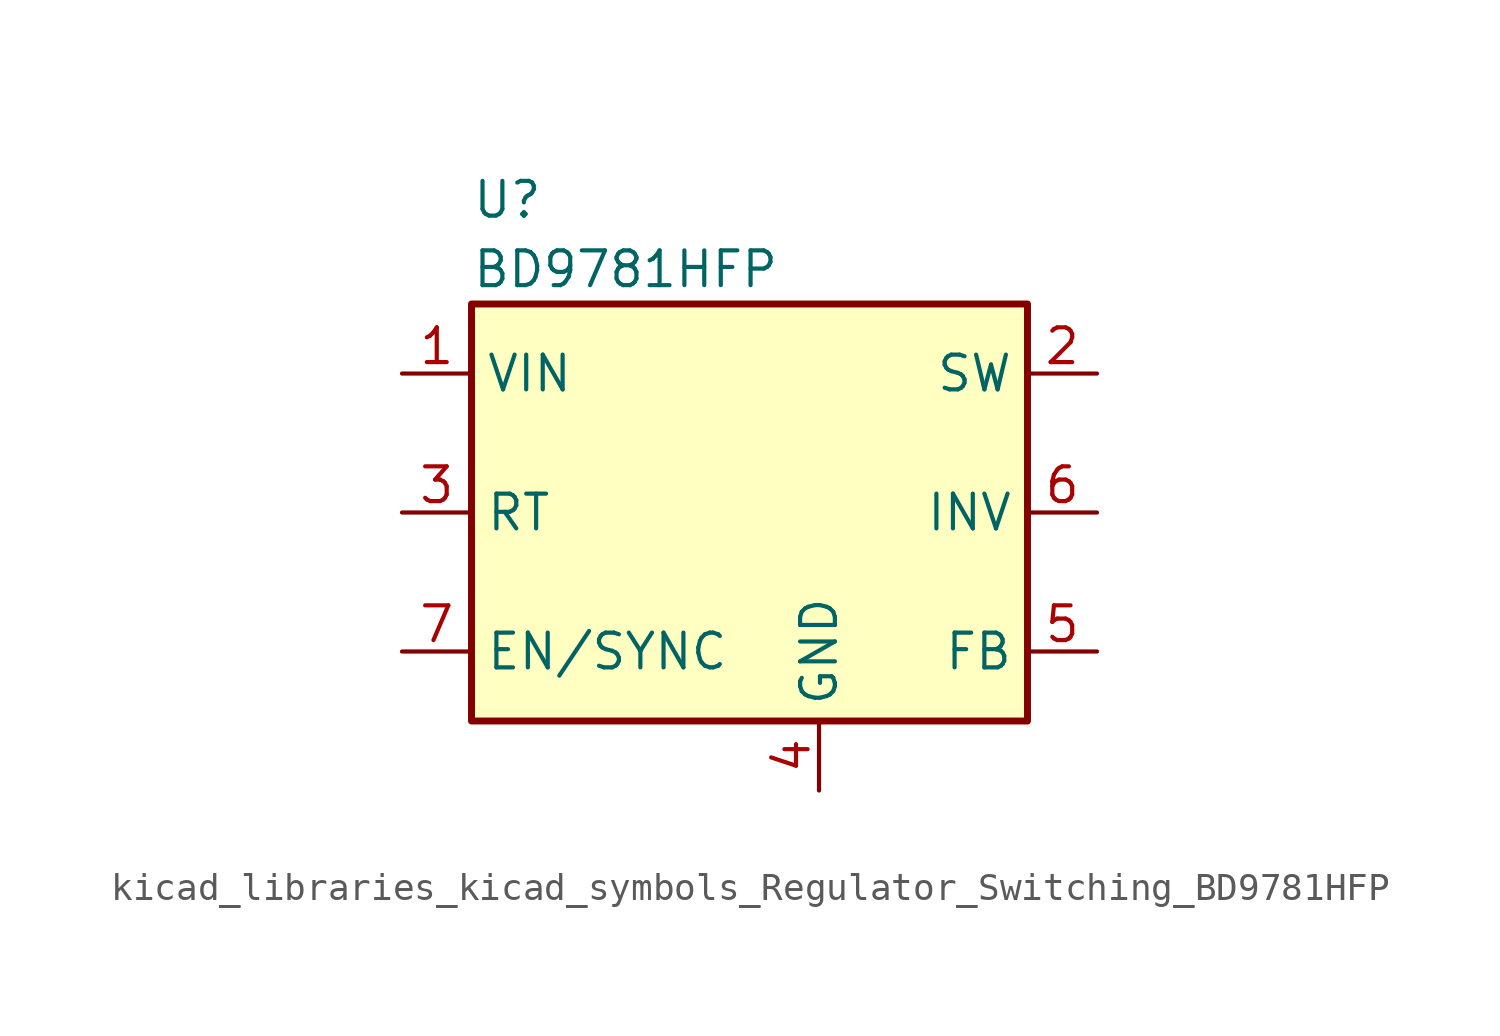
<source format=kicad_sym>
(kicad_symbol_lib
  (version 20220914)
  (generator kicad_symbol_editor)
  (symbol "kicad_libraries_kicad_symbols_Regulator_Switching_BD9781HFP"
    (property "Reference" "U"
      (at -10.16 11.43 0)
      (effects (font (size 1.27 1.27)) (justify left)))
    (property "Value" "BD9781HFP"
      (at -10.16 8.89 0)
      (effects (font (size 1.27 1.27)) (justify left)))
    (symbol "kicad_libraries_kicad_symbols_Regulator_Switching_BD9781HFP_0_1"
      (rectangle (start -10.16 7.62) (end 10.16 -7.62) (stroke (width 0.254) (type default)) (fill (type background))))
    (symbol "kicad_libraries_kicad_symbols_Regulator_Switching_BD9781HFP_1_1"
      (pin power_in line (at -12.7 5.08 0) (length 2.54) (name "VIN" (effects (font (size 1.27 1.27)))) (number "1" (effects (font (size 1.27 1.27)))))
      (pin output line (at 12.7 5.08 180) (length 2.54) (name "SW" (effects (font (size 1.27 1.27)))) (number "2" (effects (font (size 1.27 1.27)))))
      (pin passive line (at -12.7 0 0) (length 2.54) (name "RT" (effects (font (size 1.27 1.27)))) (number "3" (effects (font (size 1.27 1.27)))))
      (pin power_in line (at 2.54 -10.16 90) (length 2.54) (name "GND" (effects (font (size 1.27 1.27)))) (number "4" (effects (font (size 1.27 1.27)))))
      (pin passive line (at 12.7 -5.08 180) (length 2.54) (name "FB" (effects (font (size 1.27 1.27)))) (number "5" (effects (font (size 1.27 1.27)))))
      (pin input line (at 12.7 0 180) (length 2.54) (name "INV" (effects (font (size 1.27 1.27)))) (number "6" (effects (font (size 1.27 1.27)))))
      (pin passive line (at -12.7 -5.08 0) (length 2.54) (name "EN/SYNC" (effects (font (size 1.27 1.27)))) (number "7" (effects (font (size 1.27 1.27))))))))
</source>
